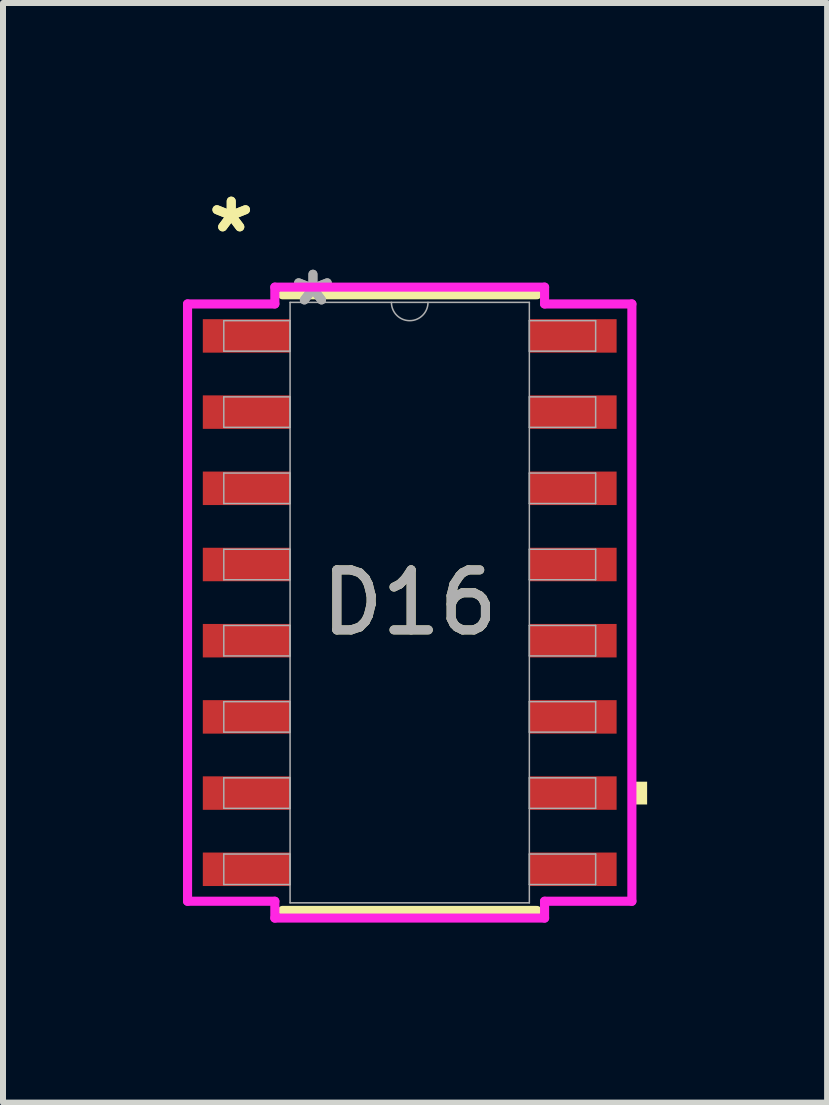
<source format=kicad_pcb>
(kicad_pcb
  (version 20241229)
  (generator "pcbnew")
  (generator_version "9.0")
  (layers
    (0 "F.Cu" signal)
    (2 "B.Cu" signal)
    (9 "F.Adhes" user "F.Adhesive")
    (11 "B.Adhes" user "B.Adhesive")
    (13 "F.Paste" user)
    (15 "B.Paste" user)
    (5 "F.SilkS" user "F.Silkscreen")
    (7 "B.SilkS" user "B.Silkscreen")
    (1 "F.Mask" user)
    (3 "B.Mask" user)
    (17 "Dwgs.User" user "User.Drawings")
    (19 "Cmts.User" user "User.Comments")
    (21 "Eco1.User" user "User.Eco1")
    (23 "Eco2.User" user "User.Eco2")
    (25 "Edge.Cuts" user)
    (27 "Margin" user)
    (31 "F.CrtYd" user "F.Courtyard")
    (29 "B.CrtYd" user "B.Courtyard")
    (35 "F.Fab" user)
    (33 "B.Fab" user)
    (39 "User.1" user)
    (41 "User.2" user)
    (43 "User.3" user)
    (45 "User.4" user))
  (footprint "D16"
    (layer "F.Cu")
    (at 3.779 6.994)
    (property "Reference" "D16" (at 0 0 0) (unlocked yes) (layer "F.SilkS") (effects (font (size 1 1) (thickness 0.15))))
    (attr smd)
    (fp_line (start -2.121 5.131) (end 2.121 5.131) (stroke (width 0.152) (type solid)) (layer "F.SilkS"))
    (fp_line (start 2.121 -5.131) (end -2.121 -5.131) (stroke (width 0.152) (type solid)) (layer "F.SilkS"))
    (fp_poly (pts (xy 3.957 2.985) (xy 3.957 3.365) (xy 3.703 3.365) (xy 3.703 2.985)) (stroke (width 0) (type solid)) (fill yes) (layer "F.SilkS"))
    (fp_line (start -3.703 -4.978) (end -2.248 -4.978) (stroke (width 0.152) (type solid)) (layer "F.CrtYd"))
    (fp_line (start -3.703 4.978) (end -3.703 -4.978) (stroke (width 0.152) (type solid)) (layer "F.CrtYd"))
    (fp_line (start -3.703 4.978) (end -2.248 4.978) (stroke (width 0.152) (type solid)) (layer "F.CrtYd"))
    (fp_line (start -2.248 -5.258) (end 2.248 -5.258) (stroke (width 0.152) (type solid)) (layer "F.CrtYd"))
    (fp_line (start -2.248 -4.978) (end -2.248 -5.258) (stroke (width 0.152) (type solid)) (layer "F.CrtYd"))
    (fp_line (start -2.248 5.258) (end -2.248 4.978) (stroke (width 0.152) (type solid)) (layer "F.CrtYd"))
    (fp_line (start 2.248 -5.258) (end 2.248 -4.978) (stroke (width 0.152) (type solid)) (layer "F.CrtYd"))
    (fp_line (start 2.248 4.978) (end 2.248 5.258) (stroke (width 0.152) (type solid)) (layer "F.CrtYd"))
    (fp_line (start 2.248 5.258) (end -2.248 5.258) (stroke (width 0.152) (type solid)) (layer "F.CrtYd"))
    (fp_line (start 3.703 -4.978) (end 2.248 -4.978) (stroke (width 0.152) (type solid)) (layer "F.CrtYd"))
    (fp_line (start 3.703 -4.978) (end 3.703 4.978) (stroke (width 0.152) (type solid)) (layer "F.CrtYd"))
    (fp_line (start 3.703 4.978) (end 2.248 4.978) (stroke (width 0.152) (type solid)) (layer "F.CrtYd"))
    (fp_line (start -3.099 -4.699) (end -3.099 -4.191) (stroke (width 0.025) (type solid)) (layer "F.Fab"))
    (fp_line (start -3.099 -4.191) (end -1.994 -4.191) (stroke (width 0.025) (type solid)) (layer "F.Fab"))
    (fp_line (start -3.099 -3.429) (end -3.099 -2.921) (stroke (width 0.025) (type solid)) (layer "F.Fab"))
    (fp_line (start -3.099 -2.921) (end -1.994 -2.921) (stroke (width 0.025) (type solid)) (layer "F.Fab"))
    (fp_line (start -3.099 -2.159) (end -3.099 -1.651) (stroke (width 0.025) (type solid)) (layer "F.Fab"))
    (fp_line (start -3.099 -1.651) (end -1.994 -1.651) (stroke (width 0.025) (type solid)) (layer "F.Fab"))
    (fp_line (start -3.099 -0.889) (end -3.099 -0.381) (stroke (width 0.025) (type solid)) (layer "F.Fab"))
    (fp_line (start -3.099 -0.381) (end -1.994 -0.381) (stroke (width 0.025) (type solid)) (layer "F.Fab"))
    (fp_line (start -3.099 0.381) (end -3.099 0.889) (stroke (width 0.025) (type solid)) (layer "F.Fab"))
    (fp_line (start -3.099 0.889) (end -1.994 0.889) (stroke (width 0.025) (type solid)) (layer "F.Fab"))
    (fp_line (start -3.099 1.651) (end -3.099 2.159) (stroke (width 0.025) (type solid)) (layer "F.Fab"))
    (fp_line (start -3.099 2.159) (end -1.994 2.159) (stroke (width 0.025) (type solid)) (layer "F.Fab"))
    (fp_line (start -3.099 2.921) (end -3.099 3.429) (stroke (width 0.025) (type solid)) (layer "F.Fab"))
    (fp_line (start -3.099 3.429) (end -1.994 3.429) (stroke (width 0.025) (type solid)) (layer "F.Fab"))
    (fp_line (start -3.099 4.191) (end -3.099 4.699) (stroke (width 0.025) (type solid)) (layer "F.Fab"))
    (fp_line (start -3.099 4.699) (end -1.994 4.699) (stroke (width 0.025) (type solid)) (layer "F.Fab"))
    (fp_line (start -1.994 -5.004) (end -1.994 5.004) (stroke (width 0.025) (type solid)) (layer "F.Fab"))
    (fp_line (start -1.994 -4.699) (end -3.099 -4.699) (stroke (width 0.025) (type solid)) (layer "F.Fab"))
    (fp_line (start -1.994 -4.191) (end -1.994 -4.699) (stroke (width 0.025) (type solid)) (layer "F.Fab"))
    (fp_line (start -1.994 -3.429) (end -3.099 -3.429) (stroke (width 0.025) (type solid)) (layer "F.Fab"))
    (fp_line (start -1.994 -2.921) (end -1.994 -3.429) (stroke (width 0.025) (type solid)) (layer "F.Fab"))
    (fp_line (start -1.994 -2.159) (end -3.099 -2.159) (stroke (width 0.025) (type solid)) (layer "F.Fab"))
    (fp_line (start -1.994 -1.651) (end -1.994 -2.159) (stroke (width 0.025) (type solid)) (layer "F.Fab"))
    (fp_line (start -1.994 -0.889) (end -3.099 -0.889) (stroke (width 0.025) (type solid)) (layer "F.Fab"))
    (fp_line (start -1.994 -0.381) (end -1.994 -0.889) (stroke (width 0.025) (type solid)) (layer "F.Fab"))
    (fp_line (start -1.994 0.381) (end -3.099 0.381) (stroke (width 0.025) (type solid)) (layer "F.Fab"))
    (fp_line (start -1.994 0.889) (end -1.994 0.381) (stroke (width 0.025) (type solid)) (layer "F.Fab"))
    (fp_line (start -1.994 1.651) (end -3.099 1.651) (stroke (width 0.025) (type solid)) (layer "F.Fab"))
    (fp_line (start -1.994 2.159) (end -1.994 1.651) (stroke (width 0.025) (type solid)) (layer "F.Fab"))
    (fp_line (start -1.994 2.921) (end -3.099 2.921) (stroke (width 0.025) (type solid)) (layer "F.Fab"))
    (fp_line (start -1.994 3.429) (end -1.994 2.921) (stroke (width 0.025) (type solid)) (layer "F.Fab"))
    (fp_line (start -1.994 4.191) (end -3.099 4.191) (stroke (width 0.025) (type solid)) (layer "F.Fab"))
    (fp_line (start -1.994 4.699) (end -1.994 4.191) (stroke (width 0.025) (type solid)) (layer "F.Fab"))
    (fp_line (start -1.994 5.004) (end 1.994 5.004) (stroke (width 0.025) (type solid)) (layer "F.Fab"))
    (fp_line (start 1.994 -5.004) (end -1.994 -5.004) (stroke (width 0.025) (type solid)) (layer "F.Fab"))
    (fp_line (start 1.994 -4.699) (end 1.994 -4.191) (stroke (width 0.025) (type solid)) (layer "F.Fab"))
    (fp_line (start 1.994 -4.191) (end 3.099 -4.191) (stroke (width 0.025) (type solid)) (layer "F.Fab"))
    (fp_line (start 1.994 -3.429) (end 1.994 -2.921) (stroke (width 0.025) (type solid)) (layer "F.Fab"))
    (fp_line (start 1.994 -2.921) (end 3.099 -2.921) (stroke (width 0.025) (type solid)) (layer "F.Fab"))
    (fp_line (start 1.994 -2.159) (end 1.994 -1.651) (stroke (width 0.025) (type solid)) (layer "F.Fab"))
    (fp_line (start 1.994 -1.651) (end 3.099 -1.651) (stroke (width 0.025) (type solid)) (layer "F.Fab"))
    (fp_line (start 1.994 -0.889) (end 1.994 -0.381) (stroke (width 0.025) (type solid)) (layer "F.Fab"))
    (fp_line (start 1.994 -0.381) (end 3.099 -0.381) (stroke (width 0.025) (type solid)) (layer "F.Fab"))
    (fp_line (start 1.994 0.381) (end 1.994 0.889) (stroke (width 0.025) (type solid)) (layer "F.Fab"))
    (fp_line (start 1.994 0.889) (end 3.099 0.889) (stroke (width 0.025) (type solid)) (layer "F.Fab"))
    (fp_line (start 1.994 1.651) (end 1.994 2.159) (stroke (width 0.025) (type solid)) (layer "F.Fab"))
    (fp_line (start 1.994 2.159) (end 3.099 2.159) (stroke (width 0.025) (type solid)) (layer "F.Fab"))
    (fp_line (start 1.994 2.921) (end 1.994 3.429) (stroke (width 0.025) (type solid)) (layer "F.Fab"))
    (fp_line (start 1.994 3.429) (end 3.099 3.429) (stroke (width 0.025) (type solid)) (layer "F.Fab"))
    (fp_line (start 1.994 4.191) (end 1.994 4.699) (stroke (width 0.025) (type solid)) (layer "F.Fab"))
    (fp_line (start 1.994 4.699) (end 3.099 4.699) (stroke (width 0.025) (type solid)) (layer "F.Fab"))
    (fp_line (start 1.994 5.004) (end 1.994 -5.004) (stroke (width 0.025) (type solid)) (layer "F.Fab"))
    (fp_line (start 3.099 -4.699) (end 1.994 -4.699) (stroke (width 0.025) (type solid)) (layer "F.Fab"))
    (fp_line (start 3.099 -4.191) (end 3.099 -4.699) (stroke (width 0.025) (type solid)) (layer "F.Fab"))
    (fp_line (start 3.099 -3.429) (end 1.994 -3.429) (stroke (width 0.025) (type solid)) (layer "F.Fab"))
    (fp_line (start 3.099 -2.921) (end 3.099 -3.429) (stroke (width 0.025) (type solid)) (layer "F.Fab"))
    (fp_line (start 3.099 -2.159) (end 1.994 -2.159) (stroke (width 0.025) (type solid)) (layer "F.Fab"))
    (fp_line (start 3.099 -1.651) (end 3.099 -2.159) (stroke (width 0.025) (type solid)) (layer "F.Fab"))
    (fp_line (start 3.099 -0.889) (end 1.994 -0.889) (stroke (width 0.025) (type solid)) (layer "F.Fab"))
    (fp_line (start 3.099 -0.381) (end 3.099 -0.889) (stroke (width 0.025) (type solid)) (layer "F.Fab"))
    (fp_line (start 3.099 0.381) (end 1.994 0.381) (stroke (width 0.025) (type solid)) (layer "F.Fab"))
    (fp_line (start 3.099 0.889) (end 3.099 0.381) (stroke (width 0.025) (type solid)) (layer "F.Fab"))
    (fp_line (start 3.099 1.651) (end 1.994 1.651) (stroke (width 0.025) (type solid)) (layer "F.Fab"))
    (fp_line (start 3.099 2.159) (end 3.099 1.651) (stroke (width 0.025) (type solid)) (layer "F.Fab"))
    (fp_line (start 3.099 2.921) (end 1.994 2.921) (stroke (width 0.025) (type solid)) (layer "F.Fab"))
    (fp_line (start 3.099 3.429) (end 3.099 2.921) (stroke (width 0.025) (type solid)) (layer "F.Fab"))
    (fp_line (start 3.099 4.191) (end 1.994 4.191) (stroke (width 0.025) (type solid)) (layer "F.Fab"))
    (fp_line (start 3.099 4.699) (end 3.099 4.191) (stroke (width 0.025) (type solid)) (layer "F.Fab"))
    (fp_arc (start 0.3048 -5.0038) (mid 0 -4.699) (end -0.3048 -5.0038) (stroke (width 0.0254) (type solid)) (layer "F.Fab"))
    (fp_text user "*" (at -2.975 -6.146 0) (unlocked yes) (layer "F.SilkS") (effects (font (size 1 1) (thickness 0.15))))
    (fp_text user "*" (at -2.975 -6.146 0) (layer "F.SilkS") (effects (font (size 1 1) (thickness 0.15))))
    (fp_text user "${REFERENCE}" (at 0 0 0) (unlocked yes) (layer "F.Fab") (effects (font (size 1 1) (thickness 0.15))))
    (fp_text user "*" (at -1.613 -4.928 0) (layer "F.Fab") (effects (font (size 1 1) (thickness 0.15))))
    (fp_text user "*" (at -1.613 -4.928 0) (unlocked yes) (layer "F.Fab") (effects (font (size 1 1) (thickness 0.15))))
    (pad "1" smd rect (at -2.721 -4.445) (size 1.455 0.558) (layers "F.Cu" "F.Mask" "F.Paste"))
    (pad "2" smd rect (at -2.721 -3.175) (size 1.455 0.558) (layers "F.Cu" "F.Mask" "F.Paste"))
    (pad "3" smd rect (at -2.721 -1.905) (size 1.455 0.558) (layers "F.Cu" "F.Mask" "F.Paste"))
    (pad "4" smd rect (at -2.721 -0.635) (size 1.455 0.558) (layers "F.Cu" "F.Mask" "F.Paste"))
    (pad "5" smd rect (at -2.721 0.635) (size 1.455 0.558) (layers "F.Cu" "F.Mask" "F.Paste"))
    (pad "6" smd rect (at -2.721 1.905) (size 1.455 0.558) (layers "F.Cu" "F.Mask" "F.Paste"))
    (pad "7" smd rect (at -2.721 3.175) (size 1.455 0.558) (layers "F.Cu" "F.Mask" "F.Paste"))
    (pad "8" smd rect (at -2.721 4.445) (size 1.455 0.558) (layers "F.Cu" "F.Mask" "F.Paste"))
    (pad "9" smd rect (at 2.721 4.445) (size 1.455 0.558) (layers "F.Cu" "F.Mask" "F.Paste"))
    (pad "10" smd rect (at 2.721 3.175) (size 1.455 0.558) (layers "F.Cu" "F.Mask" "F.Paste"))
    (pad "11" smd rect (at 2.721 1.905) (size 1.455 0.558) (layers "F.Cu" "F.Mask" "F.Paste"))
    (pad "12" smd rect (at 2.721 0.635) (size 1.455 0.558) (layers "F.Cu" "F.Mask" "F.Paste"))
    (pad "13" smd rect (at 2.721 -0.635) (size 1.455 0.558) (layers "F.Cu" "F.Mask" "F.Paste"))
    (pad "14" smd rect (at 2.721 -1.905) (size 1.455 0.558) (layers "F.Cu" "F.Mask" "F.Paste"))
    (pad "15" smd rect (at 2.721 -3.175) (size 1.455 0.558) (layers "F.Cu" "F.Mask" "F.Paste"))
    (pad "16" smd rect (at 2.721 -4.445) (size 1.455 0.558) (layers "F.Cu" "F.Mask" "F.Paste")))
  (gr_rect
    (start -3 -3)
    (end 10.736 15.328)
    (stroke (width 0.1) (type default))
    (fill no)
    (layer "Edge.Cuts")))
</source>
